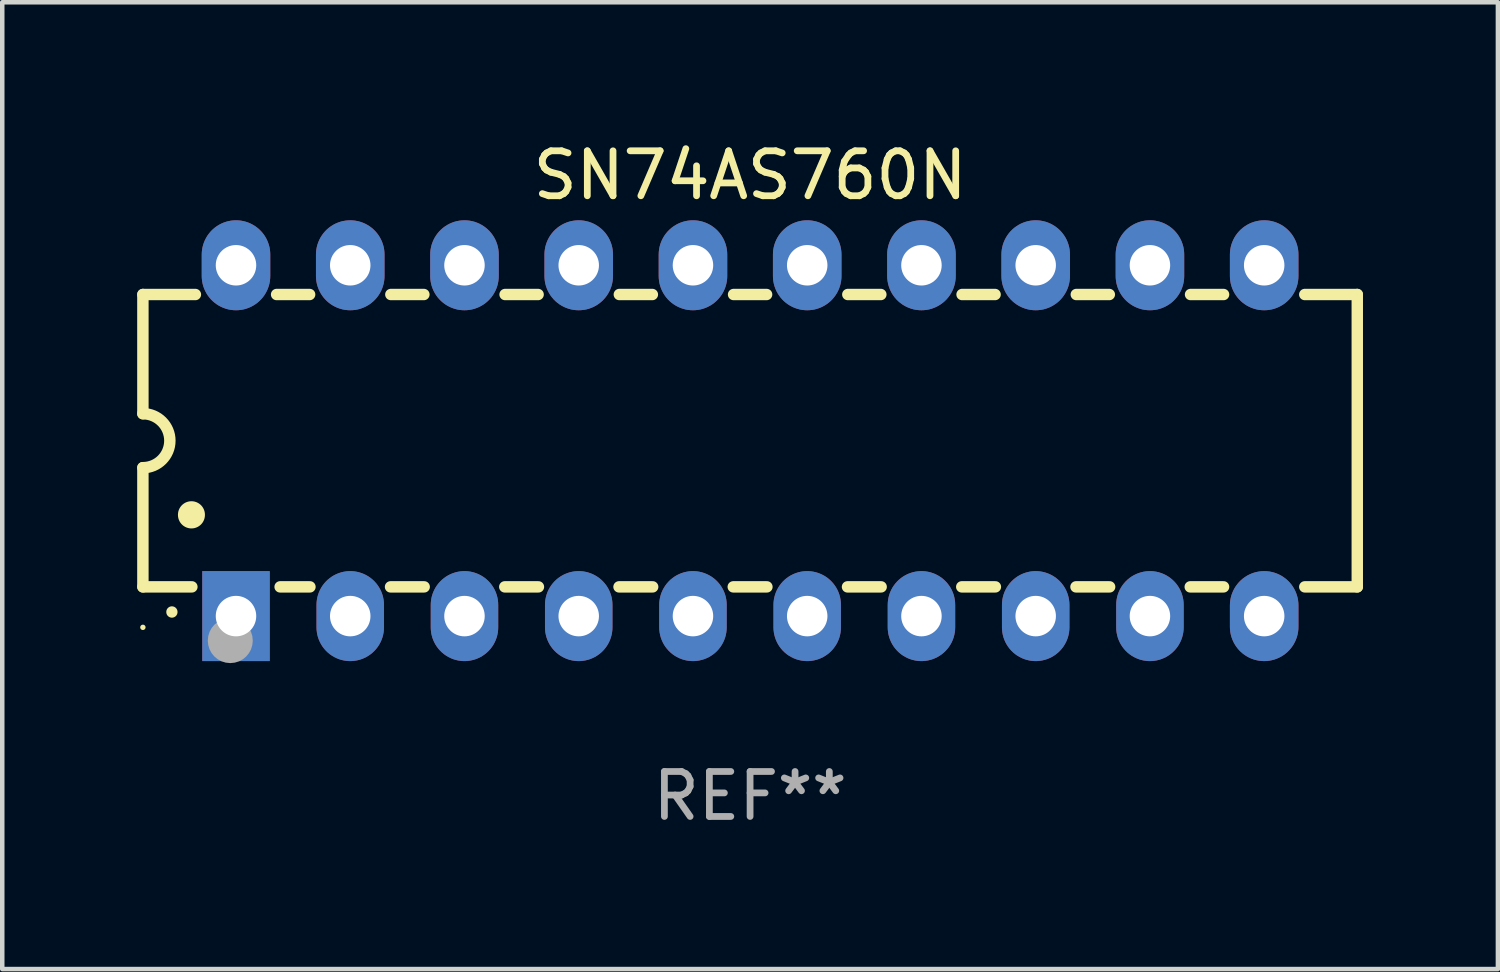
<source format=kicad_pcb>
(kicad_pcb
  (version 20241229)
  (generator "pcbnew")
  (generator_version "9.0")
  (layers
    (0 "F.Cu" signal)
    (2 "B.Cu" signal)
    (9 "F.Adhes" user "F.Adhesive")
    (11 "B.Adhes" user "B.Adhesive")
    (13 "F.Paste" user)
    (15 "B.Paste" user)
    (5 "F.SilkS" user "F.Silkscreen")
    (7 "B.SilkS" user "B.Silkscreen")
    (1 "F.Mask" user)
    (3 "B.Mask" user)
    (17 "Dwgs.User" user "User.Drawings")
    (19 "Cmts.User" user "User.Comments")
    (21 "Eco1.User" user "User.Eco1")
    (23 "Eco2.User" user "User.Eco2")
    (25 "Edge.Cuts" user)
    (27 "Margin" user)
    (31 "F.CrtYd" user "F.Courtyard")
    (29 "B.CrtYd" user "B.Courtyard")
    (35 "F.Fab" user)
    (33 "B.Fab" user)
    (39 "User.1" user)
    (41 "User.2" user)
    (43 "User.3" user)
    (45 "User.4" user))
  (footprint "SN74AS760N"
    (layer "F.Cu")
    (at 13.627 6.748)
    (property "Reference" "SN74AS760N" (at 0 -5.9 0) (layer "F.SilkS") (effects (font (size 1 1) (thickness 0.15))))
    (attr through_hole)
    (fp_line (start -13.5 -3.25) (end -12.333 -3.25) (stroke (width 0.254) (type solid)) (layer "F.SilkS"))
    (fp_line (start -13.5 -0.6) (end -13.5 -3.25) (stroke (width 0.254) (type solid)) (layer "F.SilkS"))
    (fp_line (start -13.5 3.25) (end -13.5 0.6) (stroke (width 0.254) (type solid)) (layer "F.SilkS"))
    (fp_line (start -13.5 3.25) (end -12.411 3.25) (stroke (width 0.254) (type solid)) (layer "F.SilkS"))
    (fp_line (start -10.527 -3.25) (end -9.793 -3.25) (stroke (width 0.254) (type solid)) (layer "F.SilkS"))
    (fp_line (start -10.449 3.25) (end -9.786 3.25) (stroke (width 0.254) (type solid)) (layer "F.SilkS"))
    (fp_line (start -7.994 3.25) (end -7.246 3.25) (stroke (width 0.254) (type solid)) (layer "F.SilkS"))
    (fp_line (start -7.987 -3.25) (end -7.253 -3.25) (stroke (width 0.254) (type solid)) (layer "F.SilkS"))
    (fp_line (start -5.454 3.25) (end -4.706 3.25) (stroke (width 0.254) (type solid)) (layer "F.SilkS"))
    (fp_line (start -5.447 -3.25) (end -4.713 -3.25) (stroke (width 0.254) (type solid)) (layer "F.SilkS"))
    (fp_line (start -2.914 3.25) (end -2.166 3.25) (stroke (width 0.254) (type solid)) (layer "F.SilkS"))
    (fp_line (start -2.907 -3.25) (end -2.173 -3.25) (stroke (width 0.254) (type solid)) (layer "F.SilkS"))
    (fp_line (start -0.374 3.25) (end 0.374 3.25) (stroke (width 0.254) (type solid)) (layer "F.SilkS"))
    (fp_line (start -0.367 -3.25) (end 0.367 -3.25) (stroke (width 0.254) (type solid)) (layer "F.SilkS"))
    (fp_line (start 2.166 3.25) (end 2.914 3.25) (stroke (width 0.254) (type solid)) (layer "F.SilkS"))
    (fp_line (start 2.173 -3.25) (end 2.907 -3.25) (stroke (width 0.254) (type solid)) (layer "F.SilkS"))
    (fp_line (start 4.706 3.25) (end 5.454 3.25) (stroke (width 0.254) (type solid)) (layer "F.SilkS"))
    (fp_line (start 4.713 -3.25) (end 5.447 -3.25) (stroke (width 0.254) (type solid)) (layer "F.SilkS"))
    (fp_line (start 7.246 3.25) (end 7.994 3.25) (stroke (width 0.254) (type solid)) (layer "F.SilkS"))
    (fp_line (start 7.253 -3.25) (end 7.987 -3.25) (stroke (width 0.254) (type solid)) (layer "F.SilkS"))
    (fp_line (start 9.786 3.25) (end 10.527 3.25) (stroke (width 0.254) (type solid)) (layer "F.SilkS"))
    (fp_line (start 9.793 -3.25) (end 10.527 -3.25) (stroke (width 0.254) (type solid)) (layer "F.SilkS"))
    (fp_line (start 12.333 -3.25) (end 13.5 -3.25) (stroke (width 0.254) (type solid)) (layer "F.SilkS"))
    (fp_line (start 12.333 3.25) (end 13.5 3.25) (stroke (width 0.254) (type solid)) (layer "F.SilkS"))
    (fp_line (start 13.5 -3.25) (end 13.5 3.25) (stroke (width 0.254) (type solid)) (layer "F.SilkS"))
    (fp_arc (start -13.500127 -0.599442) (mid -12.900406 0.000228) (end -13.500025 0.6) (stroke (width 0.254001) (type solid)) (layer "F.SilkS"))
    (fp_arc (start -12.854966 3.810008) (mid -12.854973 3.808738) (end -12.854966 3.807468) (stroke (width 0.25) (type solid)) (layer "F.SilkS"))
    (fp_arc (start -12.420625 1.651003) (mid -12.420636 1.648463) (end -12.420625 1.645923) (stroke (width 0.6) (type solid)) (layer "F.SilkS"))
    (fp_circle (center -13.5 4.15) (end -13.47 4.15) (stroke (width 0.06) (type solid)) (fill no) (layer "F.SilkS"))
    (fp_circle (center -11.557 4.445) (end -11.307 4.445) (stroke (width 0.5) (type solid)) (fill no) (layer "F.Fab"))
    (fp_text user "REF**" (at 0 7.9 0) (layer "F.Fab") (effects (font (size 1 1) (thickness 0.15))))
    (pad "1" thru_hole rect (at -11.43 3.9 90) (size 2 1.5) (drill 0.9) (layers "*.Cu" "*.Mask"))
    (pad "2" thru_hole oval (at -8.89 3.9 90) (size 2 1.5) (drill 0.9) (layers "*.Cu" "*.Mask"))
    (pad "3" thru_hole oval (at -6.35 3.9 90) (size 2 1.5) (drill 0.9) (layers "*.Cu" "*.Mask"))
    (pad "4" thru_hole oval (at -3.81 3.9 90) (size 2 1.5) (drill 0.9) (layers "*.Cu" "*.Mask"))
    (pad "5" thru_hole oval (at -1.27 3.9 90) (size 2 1.5) (drill 0.9) (layers "*.Cu" "*.Mask"))
    (pad "6" thru_hole oval (at 1.27 3.9 90) (size 2 1.5) (drill 0.9) (layers "*.Cu" "*.Mask"))
    (pad "7" thru_hole oval (at 3.81 3.9 90) (size 2 1.5) (drill 0.9) (layers "*.Cu" "*.Mask"))
    (pad "8" thru_hole oval (at 6.35 3.9 90) (size 2 1.5) (drill 0.9) (layers "*.Cu" "*.Mask"))
    (pad "9" thru_hole oval (at 8.89 3.9 90) (size 2 1.5) (drill 0.9) (layers "*.Cu" "*.Mask"))
    (pad "10" thru_hole oval (at 11.43 3.9 90) (size 2 1.524) (drill 0.9) (layers "*.Cu" "*.Mask"))
    (pad "11" thru_hole oval (at 11.43 -3.9 90) (size 2 1.524) (drill 0.9) (layers "*.Cu" "*.Mask"))
    (pad "12" thru_hole oval (at 8.89 -3.9 90) (size 2 1.524) (drill 0.9) (layers "*.Cu" "*.Mask"))
    (pad "13" thru_hole oval (at 6.35 -3.9 90) (size 2 1.524) (drill 0.9) (layers "*.Cu" "*.Mask"))
    (pad "14" thru_hole oval (at 3.81 -3.9 90) (size 2 1.524) (drill 0.9) (layers "*.Cu" "*.Mask"))
    (pad "15" thru_hole oval (at 1.27 -3.9 90) (size 2 1.524) (drill 0.9) (layers "*.Cu" "*.Mask"))
    (pad "16" thru_hole oval (at -1.27 -3.9 90) (size 2 1.524) (drill 0.9) (layers "*.Cu" "*.Mask"))
    (pad "17" thru_hole oval (at -3.81 -3.9 90) (size 2 1.524) (drill 0.9) (layers "*.Cu" "*.Mask"))
    (pad "18" thru_hole oval (at -6.35 -3.9 90) (size 2 1.524) (drill 0.9) (layers "*.Cu" "*.Mask"))
    (pad "19" thru_hole oval (at -8.89 -3.9 90) (size 2 1.524) (drill 0.9) (layers "*.Cu" "*.Mask"))
    (pad "20" thru_hole oval (at -11.43 -3.9 90) (size 2 1.524) (drill 0.9) (layers "*.Cu" "*.Mask")))
  (gr_rect
    (start -3 -3)
    (end 30.254 18.496)
    (stroke (width 0.1) (type default))
    (fill no)
    (layer "Edge.Cuts")))
</source>
